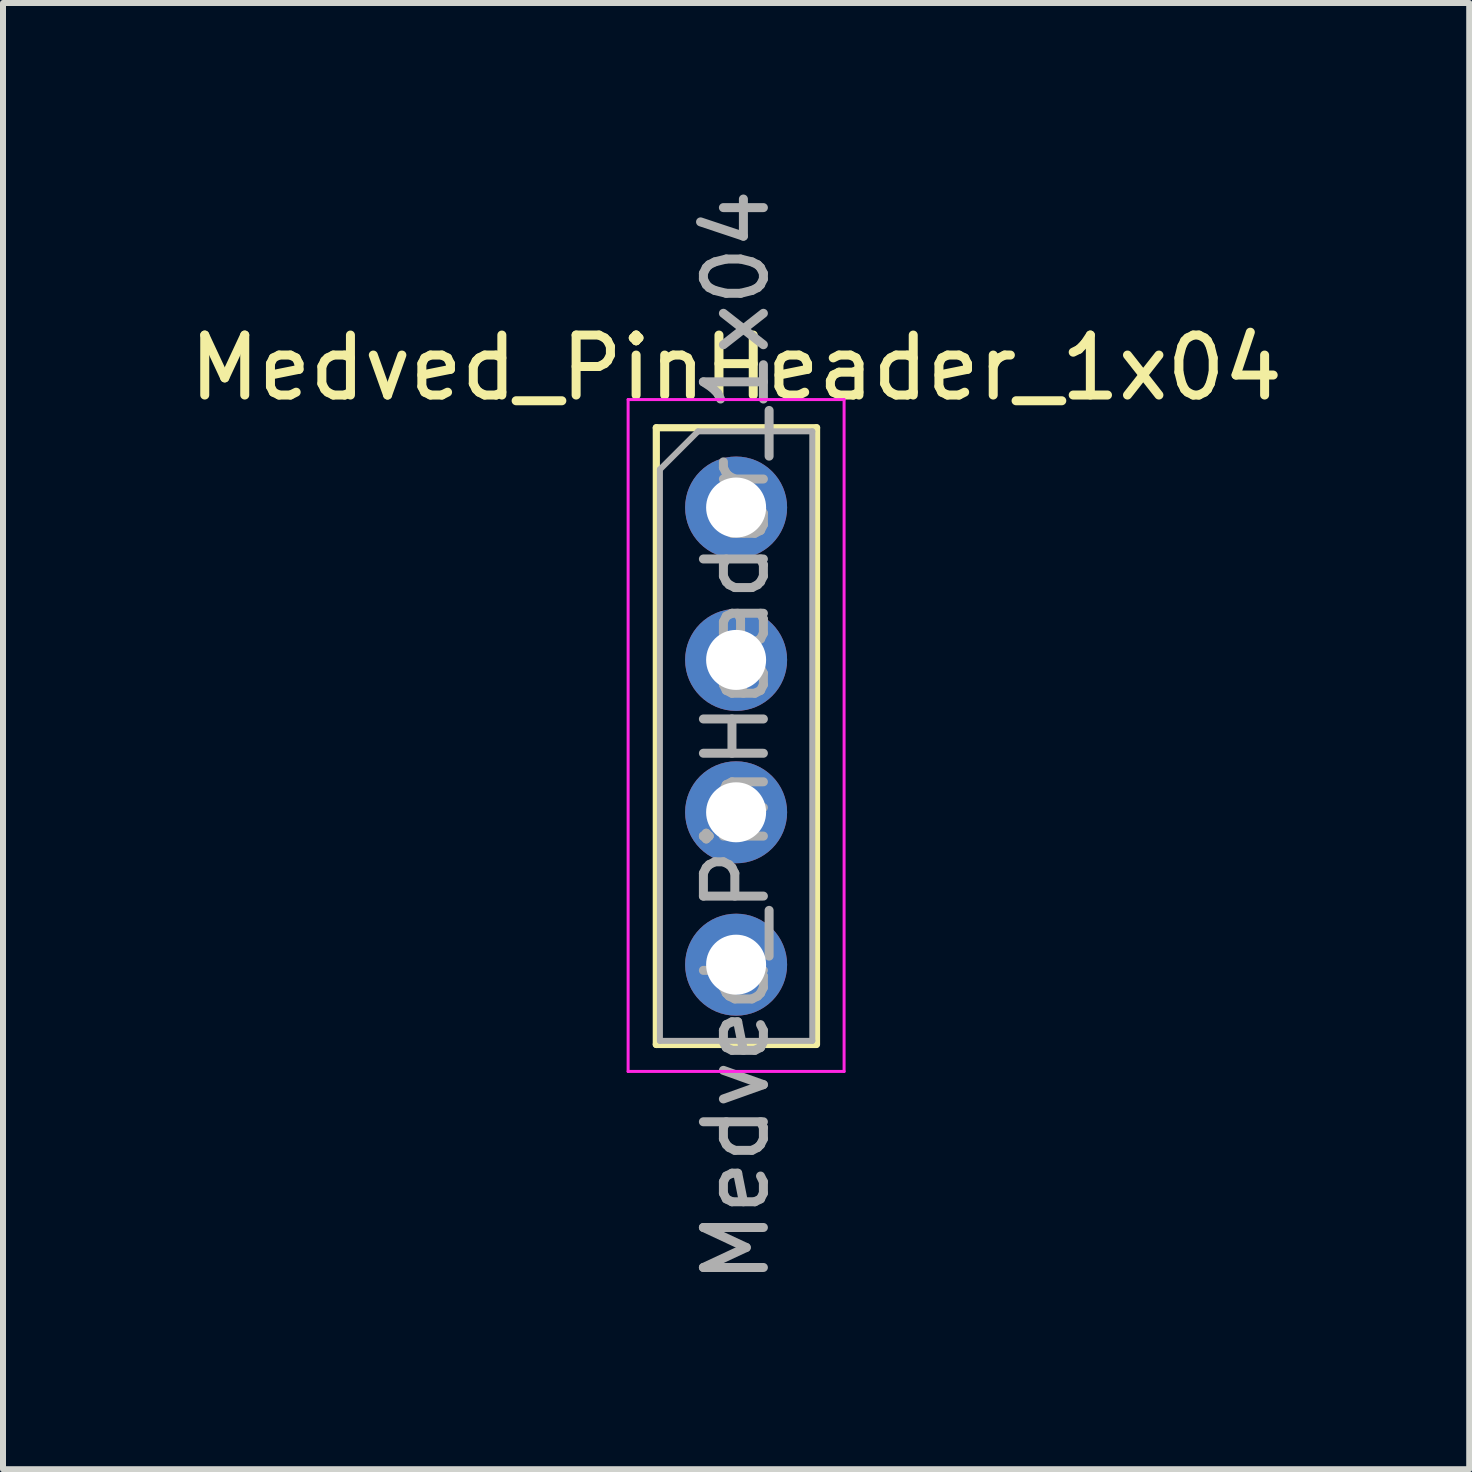
<source format=kicad_pcb>
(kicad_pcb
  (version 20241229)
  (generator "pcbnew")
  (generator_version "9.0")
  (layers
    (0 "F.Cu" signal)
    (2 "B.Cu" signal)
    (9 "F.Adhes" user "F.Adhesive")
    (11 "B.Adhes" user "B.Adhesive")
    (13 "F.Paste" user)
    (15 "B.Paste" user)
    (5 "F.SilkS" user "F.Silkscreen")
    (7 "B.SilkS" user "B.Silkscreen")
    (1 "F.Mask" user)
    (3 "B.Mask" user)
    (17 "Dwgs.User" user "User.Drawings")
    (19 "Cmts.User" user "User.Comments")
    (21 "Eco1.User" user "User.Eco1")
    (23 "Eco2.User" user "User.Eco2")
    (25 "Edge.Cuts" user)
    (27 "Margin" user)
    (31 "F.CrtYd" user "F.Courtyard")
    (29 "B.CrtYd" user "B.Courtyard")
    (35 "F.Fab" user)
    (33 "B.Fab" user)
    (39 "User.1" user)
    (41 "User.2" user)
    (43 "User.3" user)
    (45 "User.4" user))
  (footprint "Medved_PinHeader_1x04"
    (layer "F.Cu")
    (at 9.22 5.41)
    (property "Reference" "Medved_PinHeader_1x04" (at 0 -2.33 0) (layer "F.SilkS") (effects (font (size 1 1) (thickness 0.15))))
    (attr through_hole)
    (fp_line (start -1.33 -1.33) (end -1.33 8.95) (stroke (width 0.12) (type solid)) (layer "F.SilkS"))
    (fp_line (start -1.33 -1.33) (end 1.341 -1.33) (stroke (width 0.12) (type solid)) (layer "F.SilkS"))
    (fp_line (start -1.33 8.95) (end 1.33 8.95) (stroke (width 0.12) (type solid)) (layer "F.SilkS"))
    (fp_line (start 1.341 -1.33) (end 1.34 8.95) (stroke (width 0.12) (type solid)) (layer "F.SilkS"))
    (fp_line (start -1.8 -1.8) (end -1.8 9.4) (stroke (width 0.05) (type solid)) (layer "F.CrtYd"))
    (fp_line (start -1.8 9.4) (end 1.8 9.4) (stroke (width 0.05) (type solid)) (layer "F.CrtYd"))
    (fp_line (start 1.8 -1.8) (end -1.8 -1.8) (stroke (width 0.05) (type solid)) (layer "F.CrtYd"))
    (fp_line (start 1.8 9.4) (end 1.8 -1.8) (stroke (width 0.05) (type solid)) (layer "F.CrtYd"))
    (fp_line (start -1.27 -0.635) (end -0.635 -1.27) (stroke (width 0.1) (type solid)) (layer "F.Fab"))
    (fp_line (start -1.27 8.89) (end -1.27 -0.635) (stroke (width 0.1) (type solid)) (layer "F.Fab"))
    (fp_line (start -0.635 -1.27) (end 1.27 -1.27) (stroke (width 0.1) (type solid)) (layer "F.Fab"))
    (fp_line (start 1.27 -1.27) (end 1.27 8.89) (stroke (width 0.1) (type solid)) (layer "F.Fab"))
    (fp_line (start 1.27 8.89) (end -1.27 8.89) (stroke (width 0.1) (type solid)) (layer "F.Fab"))
    (fp_text user "${REFERENCE}" (at 0 3.81 90) (layer "F.Fab") (effects (font (size 1 1) (thickness 0.15))))
    (pad "1" thru_hole circle (at 0 0) (size 1.7 1.7) (drill 1) (layers "*.Cu" "*.Mask"))
    (pad "2" thru_hole oval (at 0 2.54) (size 1.7 1.7) (drill 1) (layers "*.Cu" "*.Mask"))
    (pad "3" thru_hole oval (at 0 5.08) (size 1.7 1.7) (drill 1) (layers "*.Cu" "*.Mask"))
    (pad "4" thru_hole oval (at 0 7.62) (size 1.7 1.7) (drill 1) (layers "*.Cu" "*.Mask")))
  (gr_rect
    (start -3 -3)
    (end 21.44 21.44)
    (stroke (width 0.1) (type default))
    (fill no)
    (layer "Edge.Cuts")))
</source>
